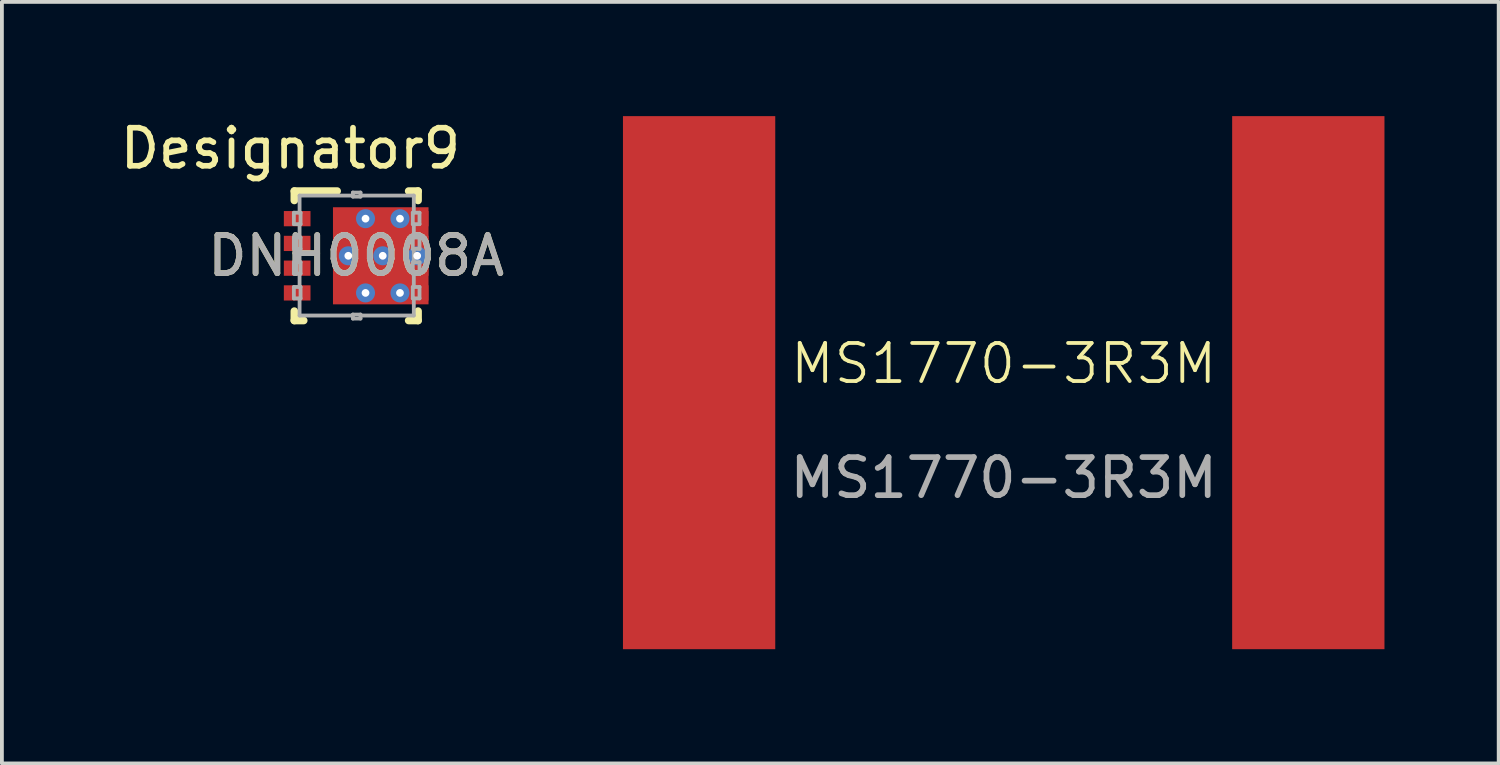
<source format=kicad_pcb>
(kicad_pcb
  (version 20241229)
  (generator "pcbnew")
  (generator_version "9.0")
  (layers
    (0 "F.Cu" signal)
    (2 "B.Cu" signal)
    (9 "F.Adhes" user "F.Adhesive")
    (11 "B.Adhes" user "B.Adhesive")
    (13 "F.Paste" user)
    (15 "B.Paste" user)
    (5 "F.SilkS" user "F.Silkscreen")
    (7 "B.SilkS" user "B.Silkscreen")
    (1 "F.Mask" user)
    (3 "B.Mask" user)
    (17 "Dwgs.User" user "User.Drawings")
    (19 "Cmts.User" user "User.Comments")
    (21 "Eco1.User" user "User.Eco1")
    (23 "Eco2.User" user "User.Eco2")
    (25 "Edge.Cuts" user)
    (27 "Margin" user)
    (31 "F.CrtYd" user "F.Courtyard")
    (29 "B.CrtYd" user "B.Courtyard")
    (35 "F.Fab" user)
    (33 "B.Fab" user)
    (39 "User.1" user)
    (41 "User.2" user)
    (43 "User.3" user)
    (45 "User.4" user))
  (footprint "MS1770-3R3M"
    (layer "F.Cu")
    (at 23.311 7)
    (property "Reference" "MS1770-3R3M" (at 0 -0.5 0) (unlocked yes) (layer "F.SilkS") (effects (font (size 1 1) (thickness 0.1))))
    (attr smd)
    (fp_text user "${REFERENCE}" (at 0 2.5 0) (unlocked yes) (layer "F.Fab") (effects (font (size 1 1) (thickness 0.15))))
    (pad "1" smd rect (at -8 0) (size 4 14) (layers "F.Cu" "F.Mask" "F.Paste"))
    (pad "2" smd rect (at 8 0) (size 4 14) (layers "F.Cu" "F.Mask" "F.Paste")))
  (footprint "DNH0008A"
    (layer "F.Cu")
    (at 6.305 3.668)
    (property "Reference" "DNH0008A" (at 0 0 0) (unlocked yes) (layer "F.SilkS") (effects (font (size 1 1) (thickness 0.15))))
    (attr smd)
    (fp_poly (pts (xy 0.925 -0.825) (xy 1.425 -0.825) (xy 1.425 -1.125) (xy 0.925 -1.125)) (stroke (width 0) (type solid)) (fill yes) (layer "F.Mask"))
    (fp_poly (pts (xy 0.925 -0.175) (xy 1.425 -0.175) (xy 1.425 -0.475) (xy 0.925 -0.475)) (stroke (width 0) (type solid)) (fill yes) (layer "F.Mask"))
    (fp_poly (pts (xy 0.925 0.475) (xy 1.425 0.475) (xy 1.425 0.175) (xy 0.925 0.175)) (stroke (width 0) (type solid)) (fill yes) (layer "F.Mask"))
    (fp_poly (pts (xy 0.925 1.125) (xy 1.425 1.125) (xy 1.425 0.825) (xy 0.925 0.825)) (stroke (width 0) (type solid)) (fill yes) (layer "F.Mask"))
    (fp_poly (pts (xy -0.56 1.172) (xy -0.56 -1.172) (xy -0.559 -1.182) (xy -0.556 -1.192) (xy -0.551 -1.201) (xy -0.544 -1.209) (xy -0.536 -1.216) (xy -0.527 -1.221) (xy -0.517 -1.224) (xy -0.507 -1.225) (xy 1.162 -1.225) (xy 1.172 -1.224) (xy 1.182 -1.221) (xy 1.191 -1.216) (xy 1.199 -1.209) (xy 1.206 -1.201) (xy 1.211 -1.192) (xy 1.214 -1.182) (xy 1.215 -1.172) (xy 1.215 1.172) (xy 1.214 1.182) (xy 1.211 1.192) (xy 1.206 1.201) (xy 1.199 1.209) (xy 1.191 1.216) (xy 1.182 1.221) (xy 1.172 1.224) (xy 1.162 1.225) (xy -0.507 1.225) (xy -0.517 1.224) (xy -0.527 1.221) (xy -0.536 1.216) (xy -0.544 1.209) (xy -0.551 1.201) (xy -0.556 1.192) (xy -0.559 1.182)) (stroke (width 0) (type solid)) (fill yes) (layer "F.Mask"))
    (fp_line (start -1.625 -1.7) (end -0.5 -1.7) (stroke (width 0.2) (type solid)) (layer "F.SilkS"))
    (fp_line (start -1.625 -1.453) (end -1.625 -1.7) (stroke (width 0.2) (type solid)) (layer "F.SilkS"))
    (fp_line (start -1.625 1.7) (end -1.625 1.453) (stroke (width 0.2) (type solid)) (layer "F.SilkS"))
    (fp_line (start -1.625 1.7) (end -1.378 1.7) (stroke (width 0.2) (type solid)) (layer "F.SilkS"))
    (fp_line (start 1.378 -1.7) (end 1.625 -1.7) (stroke (width 0.2) (type solid)) (layer "F.SilkS"))
    (fp_line (start 1.378 1.7) (end 1.625 1.7) (stroke (width 0.2) (type solid)) (layer "F.SilkS"))
    (fp_line (start 1.625 -1.453) (end 1.625 -1.7) (stroke (width 0.2) (type solid)) (layer "F.SilkS"))
    (fp_line (start 1.625 1.7) (end 1.625 1.453) (stroke (width 0.2) (type solid)) (layer "F.SilkS"))
    (fp_poly (pts (xy 0.145 -1.176) (xy 0.145 -0.149) (xy 0.144 -0.14) (xy 0.141 -0.13) (xy 0.137 -0.122) (xy 0.131 -0.114) (xy 0.123 -0.108) (xy 0.115 -0.104) (xy 0.105 -0.101) (xy 0.096 -0.1) (xy -0.511 -0.1) (xy -0.52 -0.101) (xy -0.53 -0.104) (xy -0.538 -0.108) (xy -0.546 -0.114) (xy -0.552 -0.122) (xy -0.556 -0.13) (xy -0.559 -0.14) (xy -0.56 -0.149) (xy -0.56 -1.176) (xy -0.559 -1.185) (xy -0.556 -1.195) (xy -0.552 -1.203) (xy -0.546 -1.211) (xy -0.538 -1.217) (xy -0.53 -1.221) (xy -0.52 -1.224) (xy -0.511 -1.225) (xy 0.096 -1.225) (xy 0.105 -1.224) (xy 0.115 -1.221) (xy 0.123 -1.217) (xy 0.131 -1.211) (xy 0.137 -1.203) (xy 0.141 -1.195) (xy 0.144 -1.185)) (stroke (width 0) (type solid)) (fill yes) (layer "F.Paste"))
    (fp_poly (pts (xy 0.145 0.149) (xy 0.145 1.176) (xy 0.144 1.185) (xy 0.141 1.195) (xy 0.137 1.203) (xy 0.131 1.211) (xy 0.123 1.217) (xy 0.115 1.221) (xy 0.105 1.224) (xy 0.096 1.225) (xy -0.511 1.225) (xy -0.52 1.224) (xy -0.53 1.221) (xy -0.538 1.217) (xy -0.546 1.211) (xy -0.552 1.203) (xy -0.556 1.195) (xy -0.559 1.185) (xy -0.56 1.176) (xy -0.56 0.149) (xy -0.559 0.14) (xy -0.556 0.13) (xy -0.552 0.122) (xy -0.546 0.114) (xy -0.538 0.108) (xy -0.53 0.104) (xy -0.52 0.101) (xy -0.511 0.1) (xy 0.096 0.1) (xy 0.105 0.101) (xy 0.115 0.104) (xy 0.123 0.108) (xy 0.131 0.114) (xy 0.137 0.122) (xy 0.141 0.13) (xy 0.144 0.14)) (stroke (width 0) (type solid)) (fill yes) (layer "F.Paste"))
    (fp_poly (pts (xy 0.345 -0.149) (xy 0.345 -1.176) (xy 0.346 -1.185) (xy 0.349 -1.195) (xy 0.353 -1.203) (xy 0.359 -1.211) (xy 0.367 -1.217) (xy 0.375 -1.221) (xy 0.385 -1.224) (xy 0.394 -1.225) (xy 1.001 -1.225) (xy 1.01 -1.224) (xy 1.02 -1.221) (xy 1.028 -1.217) (xy 1.036 -1.211) (xy 1.042 -1.203) (xy 1.046 -1.195) (xy 1.049 -1.185) (xy 1.05 -1.176) (xy 1.05 -0.149) (xy 1.049 -0.14) (xy 1.046 -0.13) (xy 1.042 -0.122) (xy 1.036 -0.114) (xy 1.028 -0.108) (xy 1.02 -0.104) (xy 1.01 -0.101) (xy 1.001 -0.1) (xy 0.394 -0.1) (xy 0.385 -0.101) (xy 0.375 -0.104) (xy 0.367 -0.108) (xy 0.359 -0.114) (xy 0.353 -0.122) (xy 0.349 -0.13) (xy 0.346 -0.14)) (stroke (width 0) (type solid)) (fill yes) (layer "F.Paste"))
    (fp_poly (pts (xy 0.345 1.176) (xy 0.345 0.149) (xy 0.346 0.14) (xy 0.349 0.13) (xy 0.353 0.122) (xy 0.359 0.114) (xy 0.367 0.108) (xy 0.375 0.104) (xy 0.385 0.101) (xy 0.394 0.1) (xy 1.001 0.1) (xy 1.01 0.101) (xy 1.02 0.104) (xy 1.028 0.108) (xy 1.036 0.114) (xy 1.042 0.122) (xy 1.046 0.13) (xy 1.049 0.14) (xy 1.05 0.149) (xy 1.05 1.176) (xy 1.049 1.185) (xy 1.046 1.195) (xy 1.042 1.203) (xy 1.036 1.211) (xy 1.028 1.217) (xy 1.02 1.221) (xy 1.01 1.224) (xy 1.001 1.225) (xy 0.394 1.225) (xy 0.385 1.224) (xy 0.375 1.221) (xy 0.367 1.217) (xy 0.359 1.211) (xy 0.353 1.203) (xy 0.349 1.195) (xy 0.346 1.185)) (stroke (width 0) (type solid)) (fill yes) (layer "F.Paste"))
    (fp_line (start -1.637 -1.131) (end -1.461 -1.131) (stroke (width 0.1) (type solid)) (layer "F.Fab"))
    (fp_line (start -1.637 -0.831) (end -1.637 -1.131) (stroke (width 0.1) (type solid)) (layer "F.Fab"))
    (fp_line (start -1.637 -0.831) (end -1.461 -0.831) (stroke (width 0.1) (type solid)) (layer "F.Fab"))
    (fp_line (start -1.637 -0.481) (end -1.461 -0.481) (stroke (width 0.1) (type solid)) (layer "F.Fab"))
    (fp_line (start -1.637 -0.181) (end -1.637 -0.481) (stroke (width 0.1) (type solid)) (layer "F.Fab"))
    (fp_line (start -1.637 -0.181) (end -1.461 -0.181) (stroke (width 0.1) (type solid)) (layer "F.Fab"))
    (fp_line (start -1.637 0.169) (end -1.461 0.169) (stroke (width 0.1) (type solid)) (layer "F.Fab"))
    (fp_line (start -1.637 0.469) (end -1.637 0.169) (stroke (width 0.1) (type solid)) (layer "F.Fab"))
    (fp_line (start -1.637 0.469) (end -1.461 0.469) (stroke (width 0.1) (type solid)) (layer "F.Fab"))
    (fp_line (start -1.637 0.819) (end -1.461 0.819) (stroke (width 0.1) (type solid)) (layer "F.Fab"))
    (fp_line (start -1.637 1.119) (end -1.637 0.819) (stroke (width 0.1) (type solid)) (layer "F.Fab"))
    (fp_line (start -1.637 1.119) (end -1.461 1.119) (stroke (width 0.1) (type solid)) (layer "F.Fab"))
    (fp_line (start -1.487 -1.581) (end -0.087 -1.581) (stroke (width 0.1) (type solid)) (layer "F.Fab"))
    (fp_line (start -1.487 -1.131) (end -1.487 -1.581) (stroke (width 0.1) (type solid)) (layer "F.Fab"))
    (fp_line (start -1.487 -0.481) (end -1.487 -0.831) (stroke (width 0.1) (type solid)) (layer "F.Fab"))
    (fp_line (start -1.487 0.169) (end -1.487 -0.181) (stroke (width 0.1) (type solid)) (layer "F.Fab"))
    (fp_line (start -1.487 0.819) (end -1.487 0.469) (stroke (width 0.1) (type solid)) (layer "F.Fab"))
    (fp_line (start -1.487 1.569) (end -1.487 1.119) (stroke (width 0.1) (type solid)) (layer "F.Fab"))
    (fp_line (start -1.487 1.569) (end -0.087 1.569) (stroke (width 0.1) (type solid)) (layer "F.Fab"))
    (fp_line (start -1.461 -0.831) (end -1.461 -1.131) (stroke (width 0.1) (type solid)) (layer "F.Fab"))
    (fp_line (start -1.461 -0.181) (end -1.461 -0.481) (stroke (width 0.1) (type solid)) (layer "F.Fab"))
    (fp_line (start -1.461 0.469) (end -1.461 0.169) (stroke (width 0.1) (type solid)) (layer "F.Fab"))
    (fp_line (start -1.461 1.119) (end -1.461 0.819) (stroke (width 0.1) (type solid)) (layer "F.Fab"))
    (fp_line (start -0.087 -1.661) (end 0.113 -1.661) (stroke (width 0.1) (type solid)) (layer "F.Fab"))
    (fp_line (start -0.087 -1.554) (end -0.087 -1.661) (stroke (width 0.1) (type solid)) (layer "F.Fab"))
    (fp_line (start -0.087 -1.554) (end 0.113 -1.554) (stroke (width 0.1) (type solid)) (layer "F.Fab"))
    (fp_line (start -0.087 1.543) (end 0.113 1.543) (stroke (width 0.1) (type solid)) (layer "F.Fab"))
    (fp_line (start -0.087 1.649) (end -0.087 1.543) (stroke (width 0.1) (type solid)) (layer "F.Fab"))
    (fp_line (start -0.087 1.649) (end 0.113 1.649) (stroke (width 0.1) (type solid)) (layer "F.Fab"))
    (fp_line (start 0.113 -1.581) (end 1.513 -1.581) (stroke (width 0.1) (type solid)) (layer "F.Fab"))
    (fp_line (start 0.113 -1.554) (end 0.113 -1.661) (stroke (width 0.1) (type solid)) (layer "F.Fab"))
    (fp_line (start 0.113 1.569) (end 1.513 1.569) (stroke (width 0.1) (type solid)) (layer "F.Fab"))
    (fp_line (start 0.113 1.649) (end 0.113 1.543) (stroke (width 0.1) (type solid)) (layer "F.Fab"))
    (fp_line (start 1.486 -1.131) (end 1.663 -1.131) (stroke (width 0.1) (type solid)) (layer "F.Fab"))
    (fp_line (start 1.486 -0.831) (end 1.486 -1.131) (stroke (width 0.1) (type solid)) (layer "F.Fab"))
    (fp_line (start 1.486 -0.831) (end 1.663 -0.831) (stroke (width 0.1) (type solid)) (layer "F.Fab"))
    (fp_line (start 1.486 -0.481) (end 1.663 -0.481) (stroke (width 0.1) (type solid)) (layer "F.Fab"))
    (fp_line (start 1.486 -0.181) (end 1.486 -0.481) (stroke (width 0.1) (type solid)) (layer "F.Fab"))
    (fp_line (start 1.486 -0.181) (end 1.663 -0.181) (stroke (width 0.1) (type solid)) (layer "F.Fab"))
    (fp_line (start 1.486 0.169) (end 1.663 0.169) (stroke (width 0.1) (type solid)) (layer "F.Fab"))
    (fp_line (start 1.486 0.469) (end 1.486 0.169) (stroke (width 0.1) (type solid)) (layer "F.Fab"))
    (fp_line (start 1.486 0.469) (end 1.663 0.469) (stroke (width 0.1) (type solid)) (layer "F.Fab"))
    (fp_line (start 1.486 0.819) (end 1.663 0.819) (stroke (width 0.1) (type solid)) (layer "F.Fab"))
    (fp_line (start 1.486 1.119) (end 1.486 0.819) (stroke (width 0.1) (type solid)) (layer "F.Fab"))
    (fp_line (start 1.486 1.119) (end 1.663 1.119) (stroke (width 0.1) (type solid)) (layer "F.Fab"))
    (fp_line (start 1.513 -1.131) (end 1.513 -1.581) (stroke (width 0.1) (type solid)) (layer "F.Fab"))
    (fp_line (start 1.513 -0.481) (end 1.513 -0.831) (stroke (width 0.1) (type solid)) (layer "F.Fab"))
    (fp_line (start 1.513 0.169) (end 1.513 -0.181) (stroke (width 0.1) (type solid)) (layer "F.Fab"))
    (fp_line (start 1.513 0.819) (end 1.513 0.469) (stroke (width 0.1) (type solid)) (layer "F.Fab"))
    (fp_line (start 1.513 1.569) (end 1.513 1.119) (stroke (width 0.1) (type solid)) (layer "F.Fab"))
    (fp_line (start 1.663 -0.831) (end 1.663 -1.131) (stroke (width 0.1) (type solid)) (layer "F.Fab"))
    (fp_line (start 1.663 -0.181) (end 1.663 -0.481) (stroke (width 0.1) (type solid)) (layer "F.Fab"))
    (fp_line (start 1.663 0.469) (end 1.663 0.169) (stroke (width 0.1) (type solid)) (layer "F.Fab"))
    (fp_line (start 1.663 1.119) (end 1.663 0.819) (stroke (width 0.1) (type solid)) (layer "F.Fab"))
    (fp_text user "Designator9" (at -1.727 -2.819 0) (unlocked yes) (layer "F.SilkS") (effects (font (size 1 1) (thickness 0.15))))
    (fp_text user "${REFERENCE}" (at 0 0 0) (unlocked yes) (layer "F.Fab") (effects (font (size 1 1) (thickness 0.15))))
    (pad "1" smd rect (at -1.55 -0.975 90) (size 0.4 0.7) (layers "F.Cu" "F.Mask" "F.Paste"))
    (pad "2" smd rect (at -1.55 -0.325 90) (size 0.4 0.7) (layers "F.Cu" "F.Mask" "F.Paste"))
    (pad "3" smd rect (at -1.55 0.325 90) (size 0.4 0.7) (layers "F.Cu" "F.Mask" "F.Paste"))
    (pad "4" smd rect (at -1.55 0.975 90) (size 0.4 0.7) (layers "F.Cu" "F.Mask" "F.Paste"))
    (pad "5" smd rect (at 1.55 0.975 90) (size 0.4 0.7) (layers "F.Cu" "F.Mask" "F.Paste"))
    (pad "6" smd rect (at 1.55 0.325 90) (size 0.4 0.7) (layers "F.Cu" "F.Mask" "F.Paste"))
    (pad "7" smd rect (at 1.55 -0.325 90) (size 0.4 0.7) (layers "F.Cu" "F.Mask" "F.Paste"))
    (pad "8" smd rect (at 1.55 -0.975 90) (size 0.4 0.7) (layers "F.Cu" "F.Mask" "F.Paste"))
    (pad "9" smd rect (at 0.645 0) (size 2.51 2.55) (layers "F.Cu"))
    (pad "V" thru_hole circle (at -0.207 0) (size 0.5 0.5) (drill 0.203) (layers "*.Cu" "*.Mask"))
    (pad "V" thru_hole circle (at 0.245 -0.975) (size 0.5 0.5) (drill 0.203) (layers "*.Cu" "*.Mask"))
    (pad "V" thru_hole circle (at 0.245 0.975) (size 0.5 0.5) (drill 0.203) (layers "*.Cu" "*.Mask"))
    (pad "V" thru_hole circle (at 0.697 0) (size 0.5 0.5) (drill 0.203) (layers "*.Cu" "*.Mask"))
    (pad "V" thru_hole circle (at 1.15 -0.975) (size 0.5 0.5) (drill 0.203) (layers "*.Cu" "*.Mask"))
    (pad "V" thru_hole circle (at 1.15 0.975) (size 0.5 0.5) (drill 0.203) (layers "*.Cu" "*.Mask"))
    (pad "V" thru_hole circle (at 1.602 0) (size 0.5 0.5) (drill 0.203) (layers "*.Cu" "*.Mask")))
  (gr_rect
    (start -3 -3)
    (end 36.311 17)
    (stroke (width 0.1) (type default))
    (fill no)
    (layer "Edge.Cuts")))
</source>
